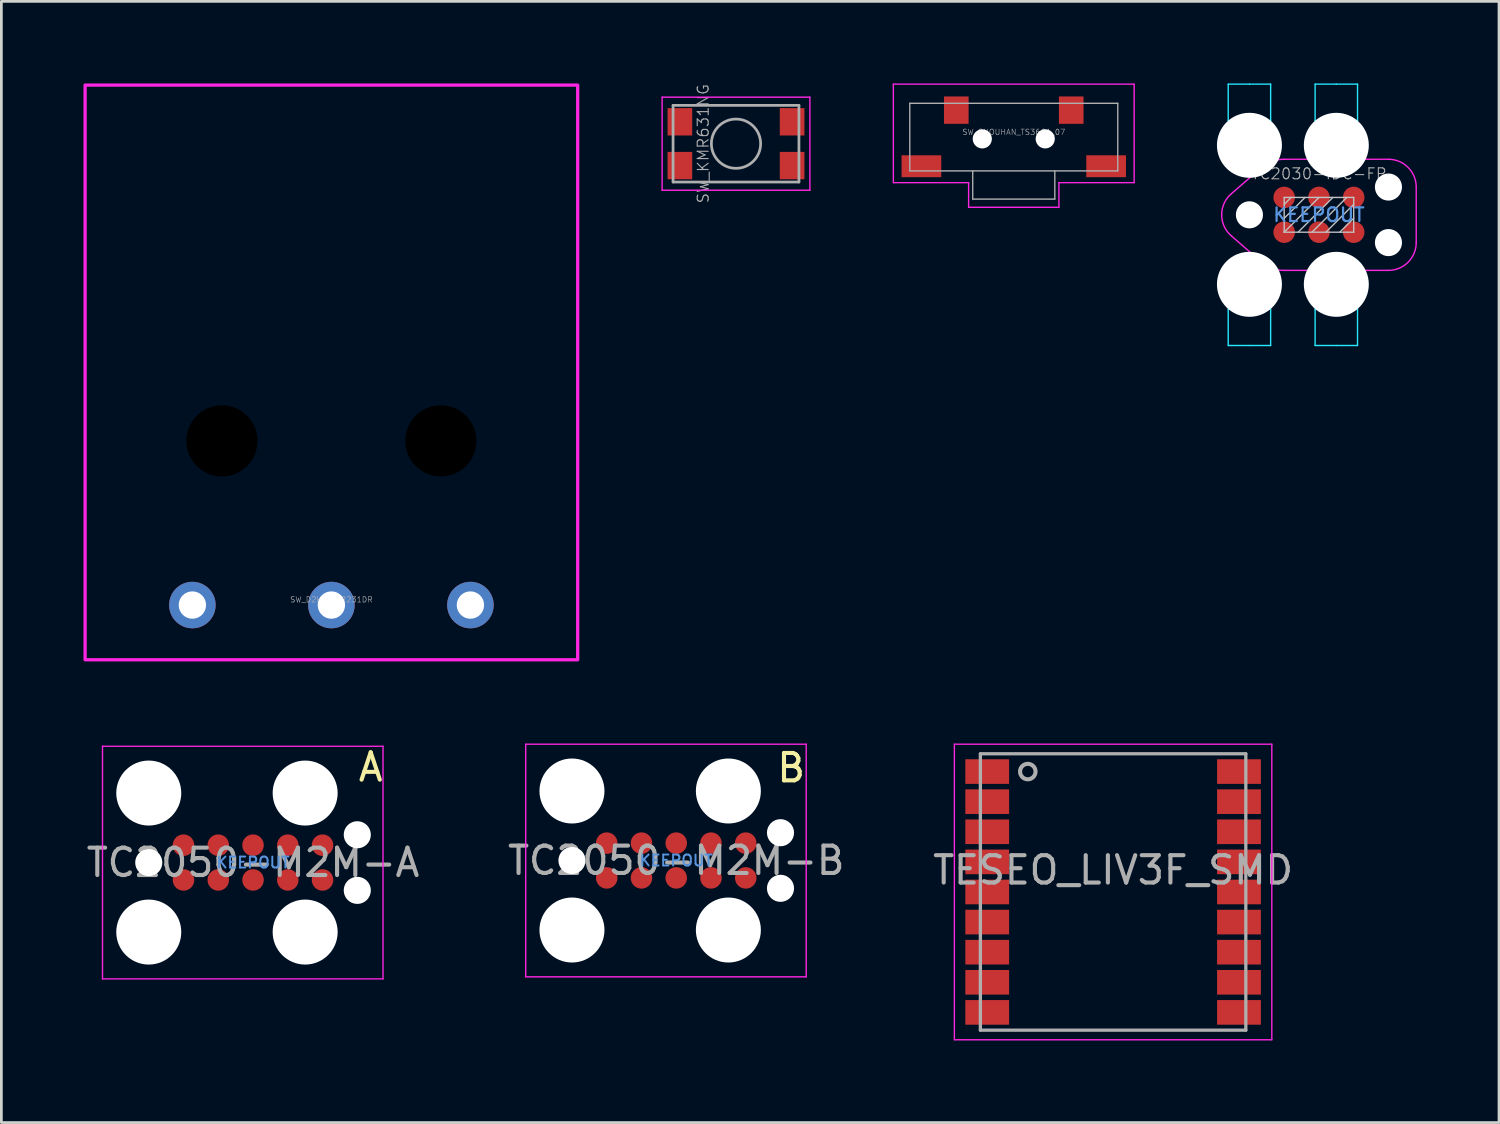
<source format=kicad_pcb>
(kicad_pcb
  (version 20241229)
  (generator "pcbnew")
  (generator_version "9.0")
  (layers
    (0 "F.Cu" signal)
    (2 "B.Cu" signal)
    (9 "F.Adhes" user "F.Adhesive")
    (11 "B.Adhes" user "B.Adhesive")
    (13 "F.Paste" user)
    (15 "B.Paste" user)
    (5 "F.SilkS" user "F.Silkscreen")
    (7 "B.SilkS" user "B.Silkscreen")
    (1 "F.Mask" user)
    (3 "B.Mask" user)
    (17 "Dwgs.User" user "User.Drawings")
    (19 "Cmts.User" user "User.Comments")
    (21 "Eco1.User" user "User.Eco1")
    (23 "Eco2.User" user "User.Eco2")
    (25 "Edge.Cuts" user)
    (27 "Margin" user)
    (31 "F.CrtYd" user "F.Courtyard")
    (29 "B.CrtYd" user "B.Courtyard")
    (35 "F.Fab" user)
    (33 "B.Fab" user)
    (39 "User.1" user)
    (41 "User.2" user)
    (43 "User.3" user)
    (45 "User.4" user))
  (footprint "SW_KMR631NG"
    (layer "F.Cu")
    (at 23.845 2.201)
    (property "Reference" "SW_KMR631NG" (at -1.2 0 270) (layer "F.Fab") (effects (font (size 0.4 0.4) (thickness 0.04))))
    (attr smd)
    (fp_line (start -2.7 -1.7) (end 2.7 -1.7) (stroke (width 0.05) (type solid)) (layer "F.CrtYd"))
    (fp_line (start -2.7 1.7) (end -2.7 -1.7) (stroke (width 0.05) (type solid)) (layer "F.CrtYd"))
    (fp_line (start 2.7 -1.7) (end 2.7 1.7) (stroke (width 0.05) (type solid)) (layer "F.CrtYd"))
    (fp_line (start 2.7 1.7) (end -2.7 1.7) (stroke (width 0.05) (type solid)) (layer "F.CrtYd"))
    (fp_line (start -2.3 -1.4) (end 2.3 -1.4) (stroke (width 0.1) (type solid)) (layer "F.Fab"))
    (fp_line (start -2.3 1.4) (end -2.3 -1.4) (stroke (width 0.1) (type solid)) (layer "F.Fab"))
    (fp_line (start -2.3 1.4) (end 2.3 1.4) (stroke (width 0.1) (type solid)) (layer "F.Fab"))
    (fp_line (start 2.3 -1.4) (end 2.3 1.4) (stroke (width 0.1) (type solid)) (layer "F.Fab"))
    (fp_circle (center 0 0) (end 0.9 0) (stroke (width 0.1) (type solid)) (fill no) (layer "F.Fab"))
    (pad "1" smd rect (at -2.05 -0.8) (size 0.9 1) (layers "F.Cu" "F.Mask" "F.Paste"))
    (pad "1" smd rect (at 2.05 -0.8) (size 0.9 1) (layers "F.Cu" "F.Mask" "F.Paste"))
    (pad "2" smd rect (at -2.05 0.8) (size 0.9 1) (layers "F.Cu" "F.Mask" "F.Paste"))
    (pad "2" smd rect (at 2.05 0.8) (size 0.9 1) (layers "F.Cu" "F.Mask" "F.Paste")))
  (footprint "TC2050-M2M-A"
    (layer "F.Cu")
    (at 6.196 28.47)
    (property "Reference" "TC2050-M2M-A" (at 0 0 0) (layer "F.Fab") (effects (font (size 1 1) (thickness 0.15))))
    (attr exclude_from_pos_files exclude_from_bom)
    (fp_line (start -5.5 -4.25) (end 4.75 -4.25) (stroke (width 0.05) (type solid)) (layer "F.CrtYd"))
    (fp_line (start -5.5 4.25) (end -5.5 -4.25) (stroke (width 0.05) (type solid)) (layer "F.CrtYd"))
    (fp_line (start 4.75 -4.25) (end 4.75 4.25) (stroke (width 0.05) (type solid)) (layer "F.CrtYd"))
    (fp_line (start 4.75 4.25) (end -5.5 4.25) (stroke (width 0.05) (type solid)) (layer "F.CrtYd"))
    (fp_text user "A" (at 4.3 -2.9 0) (unlocked yes) (layer "F.SilkS") (effects (font (size 1 1) (thickness 0.15)) (justify bottom)))
    (fp_text user "KEEPOUT" (at 0 0 0) (layer "Cmts.User") (effects (font (size 0.4 0.4) (thickness 0.07))))
    (pad "" np_thru_hole circle (at -3.81 -2.54) (size 2.375 2.375) (drill 2.375) (layers "*.Cu" "*.Mask"))
    (pad "" np_thru_hole circle (at -3.81 0) (size 0.991 0.991) (drill 0.991) (layers "*.Cu" "*.Mask"))
    (pad "" np_thru_hole circle (at -3.81 2.54) (size 2.375 2.375) (drill 2.375) (layers "*.Cu" "*.Mask"))
    (pad "" np_thru_hole circle (at 1.905 -2.54) (size 2.375 2.375) (drill 2.375) (layers "*.Cu" "*.Mask"))
    (pad "" np_thru_hole circle (at 1.905 2.54) (size 2.375 2.375) (drill 2.375) (layers "*.Cu" "*.Mask"))
    (pad "" np_thru_hole circle (at 3.81 -1.016) (size 0.991 0.991) (drill 0.991) (layers "*.Cu" "*.Mask"))
    (pad "" np_thru_hole circle (at 3.81 1.016) (size 0.991 0.991) (drill 0.991) (layers "*.Cu" "*.Mask"))
    (pad "1" connect circle (at -2.54 0.635) (size 0.787 0.787) (layers "F.Cu" "F.Mask"))
    (pad "2" connect circle (at -1.27 0.635) (size 0.787 0.787) (layers "F.Cu" "F.Mask"))
    (pad "3" connect circle (at 0 0.635) (size 0.787 0.787) (layers "F.Cu" "F.Mask"))
    (pad "4" connect circle (at 1.27 0.635) (size 0.787 0.787) (layers "F.Cu" "F.Mask"))
    (pad "5" connect circle (at 2.54 0.635) (size 0.787 0.787) (layers "F.Cu" "F.Mask"))
    (pad "6" connect circle (at 2.54 -0.635) (size 0.787 0.787) (layers "F.Cu" "F.Mask"))
    (pad "7" connect circle (at 1.27 -0.635) (size 0.787 0.787) (layers "F.Cu" "F.Mask"))
    (pad "8" connect circle (at 0 -0.635) (size 0.787 0.787) (layers "F.Cu" "F.Mask"))
    (pad "9" connect circle (at -1.27 -0.635) (size 0.787 0.787) (layers "F.Cu" "F.Mask"))
    (pad "10" connect circle (at -2.54 -0.635) (size 0.787 0.787) (layers "F.Cu" "F.Mask"))
    (zone (net_name "") (layer "F.Cu") (hatch full 0.508) (connect_pads) (min_thickness 0.254) (filled_areas_thickness no) (keepout (tracks allowed) (vias not_allowed) (pads allowed) (copperpour not_allowed) (footprints not_allowed)) (placement (enabled no)) (fill) (polygon (pts (xy 3.656 29.105) (xy 8.736 29.105) (xy 8.736 27.835) (xy 3.656 27.835))))
    (zone (net_name "") (layer "F.Cu") (hatch edge 0.508) (connect_pads) (min_thickness 0.254) (filled_areas_thickness no) (keepout (tracks allowed) (vias allowed) (pads allowed) (copperpour not_allowed) (footprints allowed)) (placement (enabled no)) (fill (island_removal_mode 2) (island_area_min 10)) (polygon (pts (xy 9.446 25.07) (xy 10.596 26.92) (xy 10.796 27.55) (xy 10.796 29.38) (xy 10.596 30.14) (xy 9.456 31.87) (xy 8.106 32.6) (xy 2.376 32.6) (xy 0.796 31.02) (xy 0.796 25.92) (xy 2.366 24.34) (xy 8.116 24.34)))))
  (footprint "TC2030-IDC-FP"
    (layer "F.Cu")
    (at 45.147 4.8)
    (property "Reference" "TC2030-IDC-FP" (at 0 -1.5 0) (layer "F.Fab") (effects (font (size 0.4 0.4) (thickness 0.04))))
    (attr exclude_from_pos_files exclude_from_bom)
    (fp_line (start -1.27 -0.381) (end -1.016 -0.635) (stroke (width 0.05) (type solid)) (layer "Dwgs.User"))
    (fp_line (start -1.27 0.127) (end -0.508 -0.635) (stroke (width 0.05) (type solid)) (layer "Dwgs.User"))
    (fp_line (start -1.27 0.635) (end -1.27 -0.635) (stroke (width 0.05) (type solid)) (layer "Dwgs.User"))
    (fp_line (start -1.27 0.635) (end 0 -0.635) (stroke (width 0.05) (type solid)) (layer "Dwgs.User"))
    (fp_line (start -0.762 0.635) (end 0.508 -0.635) (stroke (width 0.05) (type solid)) (layer "Dwgs.User"))
    (fp_line (start -0.254 0.635) (end 1.016 -0.635) (stroke (width 0.05) (type solid)) (layer "Dwgs.User"))
    (fp_line (start 0.254 0.635) (end 1.27 -0.381) (stroke (width 0.05) (type solid)) (layer "Dwgs.User"))
    (fp_line (start 0.762 0.635) (end 1.27 0.127) (stroke (width 0.05) (type solid)) (layer "Dwgs.User"))
    (fp_line (start 1.27 -0.635) (end -1.27 -0.635) (stroke (width 0.05) (type solid)) (layer "Dwgs.User"))
    (fp_line (start 1.27 -0.635) (end 1.27 0.635) (stroke (width 0.05) (type solid)) (layer "Dwgs.User"))
    (fp_line (start 1.27 0.635) (end -1.27 0.635) (stroke (width 0.05) (type solid)) (layer "Dwgs.User"))
    (fp_line (start -3.315 -4.775) (end -3.315 -3.442) (stroke (width 0.05) (type solid)) (layer "B.CrtYd"))
    (fp_line (start -3.315 -3.442) (end -1.765 -3.442) (stroke (width 0.05) (type solid)) (layer "B.CrtYd"))
    (fp_line (start -3.315 3.442) (end -1.765 3.442) (stroke (width 0.05) (type solid)) (layer "B.CrtYd"))
    (fp_line (start -3.315 4.775) (end -3.315 3.442) (stroke (width 0.05) (type solid)) (layer "B.CrtYd"))
    (fp_line (start -2.54 -4.775) (end -3.315 -4.775) (stroke (width 0.05) (type solid)) (layer "B.CrtYd"))
    (fp_line (start -2.54 -4.775) (end -1.765 -4.775) (stroke (width 0.05) (type solid)) (layer "B.CrtYd"))
    (fp_line (start -2.54 4.775) (end -3.315 4.775) (stroke (width 0.05) (type solid)) (layer "B.CrtYd"))
    (fp_line (start -2.54 4.775) (end -1.765 4.775) (stroke (width 0.05) (type solid)) (layer "B.CrtYd"))
    (fp_line (start -1.765 -4.775) (end -1.765 -3.442) (stroke (width 0.05) (type solid)) (layer "B.CrtYd"))
    (fp_line (start -1.765 4.775) (end -1.765 3.442) (stroke (width 0.05) (type solid)) (layer "B.CrtYd"))
    (fp_line (start -0.14 -4.775) (end -0.14 -3.442) (stroke (width 0.05) (type solid)) (layer "B.CrtYd"))
    (fp_line (start -0.14 -3.442) (end 1.41 -3.442) (stroke (width 0.05) (type solid)) (layer "B.CrtYd"))
    (fp_line (start -0.14 3.442) (end 1.41 3.442) (stroke (width 0.05) (type solid)) (layer "B.CrtYd"))
    (fp_line (start -0.14 4.775) (end -0.14 3.442) (stroke (width 0.05) (type solid)) (layer "B.CrtYd"))
    (fp_line (start 0.635 -4.775) (end -0.14 -4.775) (stroke (width 0.05) (type solid)) (layer "B.CrtYd"))
    (fp_line (start 0.635 -4.775) (end 1.41 -4.775) (stroke (width 0.05) (type solid)) (layer "B.CrtYd"))
    (fp_line (start 0.635 4.775) (end -0.14 4.775) (stroke (width 0.05) (type solid)) (layer "B.CrtYd"))
    (fp_line (start 0.635 4.775) (end 1.41 4.775) (stroke (width 0.05) (type solid)) (layer "B.CrtYd"))
    (fp_line (start 1.41 -4.775) (end 1.41 -3.442) (stroke (width 0.05) (type solid)) (layer "B.CrtYd"))
    (fp_line (start 1.41 4.775) (end 1.41 3.442) (stroke (width 0.05) (type solid)) (layer "B.CrtYd"))
    (fp_line (start -3.192 0.778) (end -1.968 1.843) (stroke (width 0.05) (type solid)) (layer "F.CrtYd"))
    (fp_line (start -1.968 -1.843) (end -3.192 -0.778) (stroke (width 0.05) (type solid)) (layer "F.CrtYd"))
    (fp_line (start 2.54 -2.03) (end -1.27 -2.03) (stroke (width 0.05) (type solid)) (layer "F.CrtYd"))
    (fp_line (start 2.54 2.03) (end -1.27 2.03) (stroke (width 0.05) (type solid)) (layer "F.CrtYd"))
    (fp_line (start 3.555 -1.015) (end 3.555 1.015) (stroke (width 0.05) (type solid)) (layer "F.CrtYd"))
    (fp_arc (start -3.555 0) (mid -3.459902 -0.428958) (end -3.192429 -0.777535) (stroke (width 0.05) (type solid)) (layer "F.CrtYd"))
    (fp_arc (start -3.192429 0.777535) (mid -3.459902 0.428958) (end -3.555 0) (stroke (width 0.05) (type solid)) (layer "F.CrtYd"))
    (fp_arc (start -1.9675 -1.843105) (mid -1.631053 -1.982466) (end -1.27 -2.03) (stroke (width 0.05) (type solid)) (layer "F.CrtYd"))
    (fp_arc (start -1.27 2.03) (mid -1.631053 1.982466) (end -1.9675 1.843105) (stroke (width 0.05) (type solid)) (layer "F.CrtYd"))
    (fp_arc (start 2.54 -2.03) (mid 3.257713 -1.732713) (end 3.555 -1.015) (stroke (width 0.05) (type solid)) (layer "F.CrtYd"))
    (fp_arc (start 3.555 1.015) (mid 3.257713 1.732713) (end 2.54 2.03) (stroke (width 0.05) (type solid)) (layer "F.CrtYd"))
    (fp_text user "KEEPOUT" (at 0 0 0) (layer "Cmts.User") (effects (font (size 0.5 0.5) (thickness 0.08))))
    (pad "" np_thru_hole circle (at -2.54 -2.54) (size 2.375 2.375) (drill 2.375) (layers "*.Cu" "*.Mask"))
    (pad "" np_thru_hole circle (at -2.54 0) (size 0.991 0.991) (drill 0.991) (layers "*.Cu" "*.Mask"))
    (pad "" np_thru_hole circle (at -2.54 2.54) (size 2.375 2.375) (drill 2.375) (layers "*.Cu" "*.Mask"))
    (pad "" np_thru_hole circle (at 0.635 -2.54) (size 2.375 2.375) (drill 2.375) (layers "*.Cu" "*.Mask"))
    (pad "" np_thru_hole circle (at 0.635 2.54) (size 2.375 2.375) (drill 2.375) (layers "*.Cu" "*.Mask"))
    (pad "" np_thru_hole circle (at 2.54 -1.015) (size 0.991 0.991) (drill 0.991) (layers "*.Cu" "*.Mask"))
    (pad "" np_thru_hole circle (at 2.54 1.015) (size 0.991 0.991) (drill 0.991) (layers "*.Cu" "*.Mask"))
    (pad "1" smd circle (at -1.27 0.635) (size 0.787 0.787) (layers "F.Cu" "F.Mask"))
    (pad "2" smd circle (at 0 0.635) (size 0.787 0.787) (layers "F.Cu" "F.Mask"))
    (pad "3" smd circle (at 1.27 0.635) (size 0.787 0.787) (layers "F.Cu" "F.Mask"))
    (pad "4" smd circle (at 1.27 -0.635) (size 0.787 0.787) (layers "F.Cu" "F.Mask"))
    (pad "5" smd circle (at 0 -0.635 90) (size 0.787 0.787) (layers "F.Cu" "F.Mask"))
    (pad "6" smd circle (at -1.27 -0.635) (size 0.787 0.787) (layers "F.Cu" "F.Mask")))
  (footprint "SW_SHOUHAN_TS36CA_07"
    (layer "F.Cu")
    (at 33.995 2.025)
    (property "Reference" "SW_SHOUHAN_TS36CA_07" (at 0 -0.25 0) (unlocked yes) (layer "F.Fab") (effects (font (size 0.2 0.2) (thickness 0.02))))
    (attr smd)
    (fp_line (start -4.4 -2) (end 4.4 -2) (stroke (width 0.05) (type solid)) (layer "F.CrtYd"))
    (fp_line (start -4.4 1.6) (end -4.4 -2) (stroke (width 0.05) (type solid)) (layer "F.CrtYd"))
    (fp_line (start -1.65 1.6) (end -4.4 1.6) (stroke (width 0.05) (type solid)) (layer "F.CrtYd"))
    (fp_line (start -1.65 2.5) (end -1.65 1.6) (stroke (width 0.05) (type solid)) (layer "F.CrtYd"))
    (fp_line (start 1.65 1.6) (end 1.65 2.5) (stroke (width 0.05) (type solid)) (layer "F.CrtYd"))
    (fp_line (start 1.65 2.5) (end -1.65 2.5) (stroke (width 0.05) (type solid)) (layer "F.CrtYd"))
    (fp_line (start 4.4 -2) (end 4.4 1.6) (stroke (width 0.05) (type solid)) (layer "F.CrtYd"))
    (fp_line (start 4.4 1.6) (end 1.65 1.6) (stroke (width 0.05) (type solid)) (layer "F.CrtYd"))
    (fp_line (start -3.8 -1.3) (end -3.8 1.17) (stroke (width 0.05) (type solid)) (layer "F.Fab"))
    (fp_line (start -3.8 1.17) (end 3.8 1.17) (stroke (width 0.05) (type solid)) (layer "F.Fab"))
    (fp_line (start -1.5 1.17) (end -1.5 2.2) (stroke (width 0.05) (type solid)) (layer "F.Fab"))
    (fp_line (start -1.5 2.2) (end 1.5 2.2) (stroke (width 0.05) (type solid)) (layer "F.Fab"))
    (fp_line (start 1.5 2.2) (end 1.5 1.17) (stroke (width 0.05) (type solid)) (layer "F.Fab"))
    (fp_line (start 3.8 -1.3) (end -3.8 -1.3) (stroke (width 0.05) (type solid)) (layer "F.Fab"))
    (fp_line (start 3.8 1.17) (end 3.8 -1.3) (stroke (width 0.05) (type solid)) (layer "F.Fab"))
    (pad "" smd rect (at -3.375 1) (size 1.45 0.8) (layers "F.Cu" "F.Mask" "F.Paste"))
    (pad "" np_thru_hole circle (at -1.15 0) (size 0.7 0.7) (drill 0.7) (layers "*.Cu" "*.Mask"))
    (pad "" np_thru_hole circle (at 1.15 0) (size 0.7 0.7) (drill 0.7) (layers "*.Cu" "*.Mask"))
    (pad "" smd rect (at 3.375 1) (size 1.45 0.8) (layers "F.Cu" "F.Mask" "F.Paste"))
    (pad "1" smd rect (at -2.1 -1.05) (size 0.9 1) (layers "F.Cu" "F.Mask" "F.Paste"))
    (pad "2" smd rect (at 2.1 -1.05) (size 0.9 1) (layers "F.Cu" "F.Mask" "F.Paste")))
  (footprint "TC2050-M2M-B"
    (layer "F.Cu")
    (at 21.661 28.395)
    (property "Reference" "TC2050-M2M-B" (at 0 0 0) (layer "F.Fab") (effects (font (size 1 1) (thickness 0.15))))
    (attr exclude_from_pos_files exclude_from_bom)
    (fp_line (start -5.5 -4.25) (end 4.75 -4.25) (stroke (width 0.05) (type solid)) (layer "F.CrtYd"))
    (fp_line (start -5.5 4.25) (end -5.5 -4.25) (stroke (width 0.05) (type solid)) (layer "F.CrtYd"))
    (fp_line (start 4.75 -4.25) (end 4.75 4.25) (stroke (width 0.05) (type solid)) (layer "F.CrtYd"))
    (fp_line (start 4.75 4.25) (end -5.5 4.25) (stroke (width 0.05) (type solid)) (layer "F.CrtYd"))
    (fp_text user "B" (at 4.2 -2.8 0) (unlocked yes) (layer "F.SilkS") (effects (font (size 1 1) (thickness 0.15)) (justify bottom)))
    (fp_text user "KEEPOUT" (at 0 0 0) (layer "Cmts.User") (effects (font (size 0.4 0.4) (thickness 0.07))))
    (pad "" np_thru_hole circle (at -3.81 -2.54) (size 2.375 2.375) (drill 2.375) (layers "*.Cu" "*.Mask"))
    (pad "" np_thru_hole circle (at -3.81 0) (size 0.991 0.991) (drill 0.991) (layers "*.Cu" "*.Mask"))
    (pad "" np_thru_hole circle (at -3.81 2.54) (size 2.375 2.375) (drill 2.375) (layers "*.Cu" "*.Mask"))
    (pad "" np_thru_hole circle (at 1.905 -2.54 90) (size 2.375 2.375) (drill 2.375) (layers "*.Cu" "*.Mask"))
    (pad "" np_thru_hole circle (at 1.905 2.54) (size 2.375 2.375) (drill 2.375) (layers "*.Cu" "*.Mask"))
    (pad "" np_thru_hole circle (at 3.81 -1.016) (size 0.991 0.991) (drill 0.991) (layers "*.Cu" "*.Mask"))
    (pad "" np_thru_hole circle (at 3.81 1.016) (size 0.991 0.991) (drill 0.991) (layers "*.Cu" "*.Mask"))
    (pad "1" connect circle (at -2.54 0.635) (size 0.787 0.787) (layers "F.Cu" "F.Mask"))
    (pad "2" connect circle (at -1.27 0.635) (size 0.787 0.787) (layers "F.Cu" "F.Mask"))
    (pad "3" connect circle (at 0 0.635) (size 0.787 0.787) (layers "F.Cu" "F.Mask"))
    (pad "4" connect circle (at 1.27 0.635) (size 0.787 0.787) (layers "F.Cu" "F.Mask"))
    (pad "5" connect circle (at 2.54 0.635) (size 0.787 0.787) (layers "F.Cu" "F.Mask"))
    (pad "6" connect circle (at 2.54 -0.635) (size 0.787 0.787) (layers "F.Cu" "F.Mask"))
    (pad "7" connect circle (at 1.27 -0.635) (size 0.787 0.787) (layers "F.Cu" "F.Mask"))
    (pad "8" connect circle (at 0 -0.635) (size 0.787 0.787) (layers "F.Cu" "F.Mask"))
    (pad "9" connect circle (at -1.27 -0.635) (size 0.787 0.787) (layers "F.Cu" "F.Mask"))
    (pad "10" connect circle (at -2.54 -0.635) (size 0.787 0.787) (layers "F.Cu" "F.Mask"))
    (zone (net_name "") (layer "F.Cu") (hatch full 0.508) (connect_pads) (min_thickness 0.254) (filled_areas_thickness no) (keepout (tracks allowed) (vias not_allowed) (pads allowed) (copperpour not_allowed) (footprints not_allowed)) (placement (enabled no)) (fill) (polygon (pts (xy 19.121 29.03) (xy 24.201 29.03) (xy 24.201 27.76) (xy 19.121 27.76))))
    (zone (net_name "") (layers "F.Cu" "B.Cu" "F.Adhes") (hatch edge 0.508) (connect_pads) (min_thickness 0.254) (filled_areas_thickness no) (keepout (tracks allowed) (vias allowed) (pads allowed) (copperpour not_allowed) (footprints allowed)) (placement (enabled no)) (fill (island_removal_mode 2) (island_area_min 10)) (polygon (pts (xy 24.905 25) (xy 26.055 26.85) (xy 26.255 27.48) (xy 26.255 29.31) (xy 26.055 30.07) (xy 24.915 31.8) (xy 23.565 32.53) (xy 17.835 32.53) (xy 16.255 30.95) (xy 16.255 25.85) (xy 17.825 24.27) (xy 23.575 24.27)))))
  (footprint "SW_D2HW-BR231DR"
    (layer "F.Cu")
    (at 9.06 19.06)
    (property "Reference" "SW_D2HW-BR231DR" (at 0 -0.2 0) (unlocked yes) (layer "F.Fab") (effects (font (size 0.2 0.2) (thickness 0.02))))
    (attr through_hole)
    (fp_rect (start -9 -19) (end 9 2) (stroke (width 0.12) (type solid)) (fill no) (layer "F.CrtYd"))
    (pad "" np_thru_hole circle (at -4 -6) (size 3 3) (drill 2.6) (layers "*.Mask"))
    (pad "" np_thru_hole circle (at 4 -6) (size 3 3) (drill 2.6) (layers "*.Mask"))
    (pad "1" thru_hole circle (at -5.08 0) (size 1.7 1.7) (drill 1) (layers "*.Cu" "*.Mask"))
    (pad "2" thru_hole circle (at 5.08 0) (size 1.7 1.7) (drill 1) (layers "*.Cu" "*.Mask"))
    (pad "3" thru_hole circle (at 0 0) (size 1.7 1.7) (drill 1) (layers "*.Cu" "*.Mask")))
  (footprint "TESEO_LIV3F_SMD"
    (layer "F.Cu")
    (at 37.625 29.545)
    (property "Reference" "TESEO_LIV3F_SMD" (at 0 -0.8 0) (layer "F.Fab") (effects (font (size 1 1) (thickness 0.15))))
    (attr smd)
    (fp_line (start -5.8 -5.4) (end 5.8 -5.4) (stroke (width 0.05) (type solid)) (layer "F.CrtYd"))
    (fp_line (start -5.8 5.4) (end -5.8 -5.4) (stroke (width 0.05) (type solid)) (layer "F.CrtYd"))
    (fp_line (start -5.8 5.4) (end 5.8 5.4) (stroke (width 0.05) (type solid)) (layer "F.CrtYd"))
    (fp_line (start 5.8 -5.4) (end 5.8 5.4) (stroke (width 0.05) (type solid)) (layer "F.CrtYd"))
    (fp_line (start -4.85 -5.05) (end 4.85 -5.05) (stroke (width 0.12) (type solid)) (layer "F.Fab"))
    (fp_line (start -4.85 5.05) (end -4.85 -5.05) (stroke (width 0.12) (type solid)) (layer "F.Fab"))
    (fp_line (start -4.85 5.05) (end 4.85 5.05) (stroke (width 0.12) (type solid)) (layer "F.Fab"))
    (fp_line (start 4.85 5.05) (end 4.85 -5.05) (stroke (width 0.12) (type solid)) (layer "F.Fab"))
    (fp_circle (center -3.117 -4.4) (end -3.317 -4.6) (stroke (width 0.15) (type solid)) (fill no) (layer "F.Fab"))
    (pad "1" smd rect (at -4.6 -4.4) (size 1.6 0.9) (layers "F.Cu" "F.Mask" "F.Paste"))
    (pad "2" smd rect (at -4.6 -3.3) (size 1.6 0.9) (layers "F.Cu" "F.Mask" "F.Paste"))
    (pad "3" smd rect (at -4.6 -2.2) (size 1.6 0.9) (layers "F.Cu" "F.Mask" "F.Paste"))
    (pad "4" smd rect (at -4.6 -1.1) (size 1.6 0.9) (layers "F.Cu" "F.Mask" "F.Paste"))
    (pad "5" smd rect (at -4.6 0) (size 1.6 0.9) (layers "F.Cu" "F.Mask" "F.Paste"))
    (pad "6" smd rect (at -4.6 1.1) (size 1.6 0.9) (layers "F.Cu" "F.Mask" "F.Paste"))
    (pad "7" smd rect (at -4.6 2.2) (size 1.6 0.9) (layers "F.Cu" "F.Mask" "F.Paste"))
    (pad "8" smd rect (at -4.6 3.3) (size 1.6 0.9) (layers "F.Cu" "F.Mask" "F.Paste"))
    (pad "9" smd rect (at -4.6 4.4) (size 1.6 0.9) (layers "F.Cu" "F.Mask" "F.Paste"))
    (pad "10" smd rect (at 4.6 4.4) (size 1.6 0.9) (layers "F.Cu" "F.Mask" "F.Paste"))
    (pad "11" smd rect (at 4.6 3.3) (size 1.6 0.9) (layers "F.Cu" "F.Mask" "F.Paste"))
    (pad "12" smd rect (at 4.6 2.2) (size 1.6 0.9) (layers "F.Cu" "F.Mask" "F.Paste"))
    (pad "13" smd rect (at 4.6 1.1) (size 1.6 0.9) (layers "F.Cu" "F.Mask" "F.Paste"))
    (pad "14" smd rect (at 4.6 0) (size 1.6 0.9) (layers "F.Cu" "F.Mask" "F.Paste"))
    (pad "15" smd rect (at 4.6 -1.1) (size 1.6 0.9) (layers "F.Cu" "F.Mask" "F.Paste"))
    (pad "16" smd rect (at 4.6 -2.2) (size 1.6 0.9) (layers "F.Cu" "F.Mask" "F.Paste"))
    (pad "17" smd rect (at 4.6 -3.3) (size 1.6 0.9) (layers "F.Cu" "F.Mask" "F.Paste"))
    (pad "18" smd rect (at 4.6 -4.4) (size 1.6 0.9) (layers "F.Cu" "F.Mask" "F.Paste")))
  (gr_rect
    (start -3 -3)
    (end 51.727 37.97)
    (stroke (width 0.1) (type default))
    (fill no)
    (layer "Edge.Cuts")))
</source>
